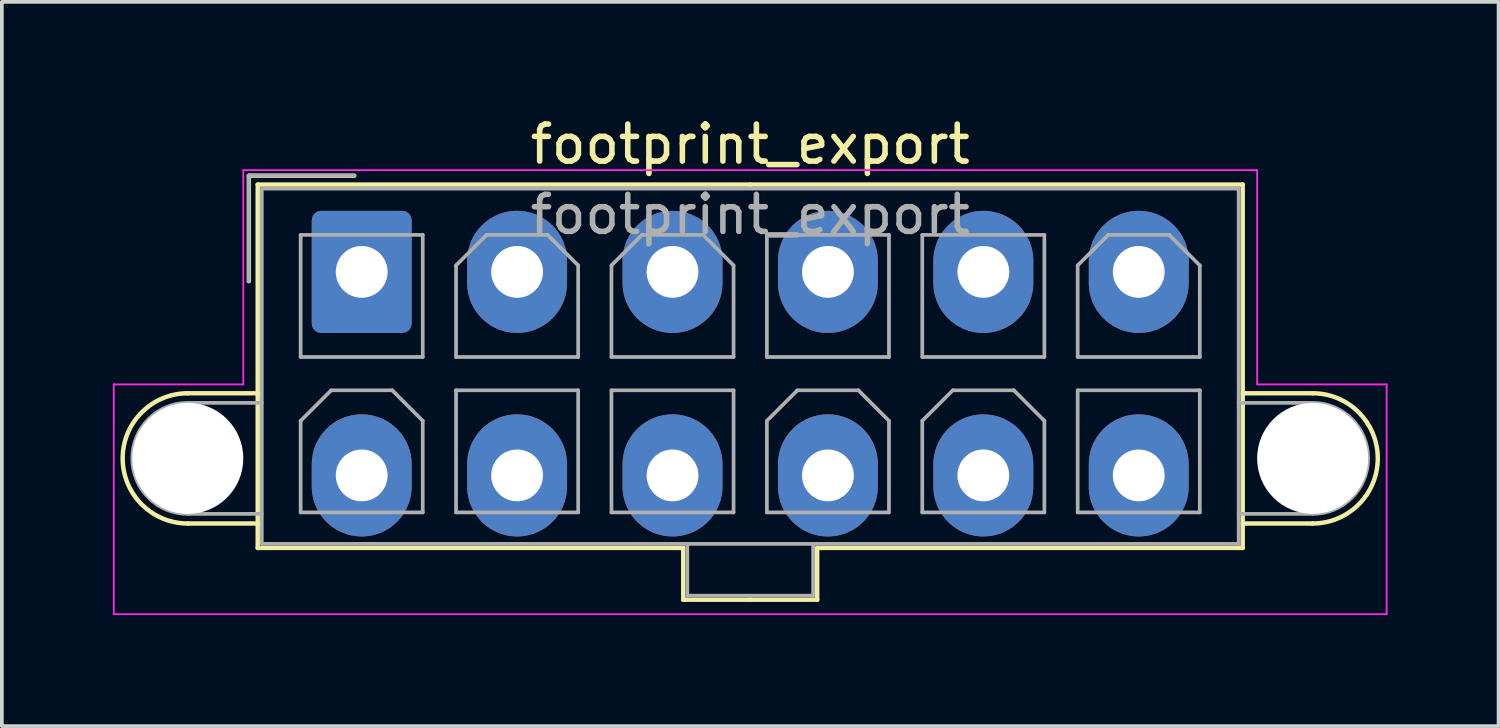
<source format=kicad_pcb>
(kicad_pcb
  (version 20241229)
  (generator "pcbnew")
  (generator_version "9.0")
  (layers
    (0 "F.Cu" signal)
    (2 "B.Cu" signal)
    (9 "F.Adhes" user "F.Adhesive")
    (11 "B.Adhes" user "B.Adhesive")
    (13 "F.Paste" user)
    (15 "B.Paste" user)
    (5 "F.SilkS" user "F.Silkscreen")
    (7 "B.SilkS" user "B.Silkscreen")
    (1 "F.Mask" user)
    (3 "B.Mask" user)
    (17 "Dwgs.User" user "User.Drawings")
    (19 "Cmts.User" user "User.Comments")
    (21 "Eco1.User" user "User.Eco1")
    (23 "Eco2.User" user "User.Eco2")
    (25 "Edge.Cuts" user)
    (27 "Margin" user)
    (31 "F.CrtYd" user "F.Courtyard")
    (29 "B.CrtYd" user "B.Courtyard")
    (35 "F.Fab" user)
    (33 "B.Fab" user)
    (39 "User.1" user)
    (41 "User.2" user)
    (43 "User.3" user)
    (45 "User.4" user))
  (footprint "footprint_export"
    (layer "F.Cu")
    (at 6.725 4.298)
    (property "Reference" "footprint_export" (at 10.5 -3.45 0) (layer "F.SilkS") (effects (font (size 1 1) (thickness 0.15))))
    (attr through_hole)
    (fp_line (start -4.7 3.28) (end -2.81 3.28) (stroke (width 0.12) (type solid)) (layer "F.SilkS"))
    (fp_line (start -4.7 6.8) (end -2.81 6.8) (stroke (width 0.12) (type solid)) (layer "F.SilkS"))
    (fp_line (start -3.05 -2.6) (end -3.05 0.25) (stroke (width 0.12) (type solid)) (layer "F.SilkS"))
    (fp_line (start -2.81 -2.36) (end -2.81 7.46) (stroke (width 0.12) (type solid)) (layer "F.SilkS"))
    (fp_line (start -2.81 7.46) (end 8.69 7.46) (stroke (width 0.12) (type solid)) (layer "F.SilkS"))
    (fp_line (start -0.2 -2.6) (end -3.05 -2.6) (stroke (width 0.12) (type solid)) (layer "F.SilkS"))
    (fp_line (start 8.69 7.46) (end 8.69 8.86) (stroke (width 0.12) (type solid)) (layer "F.SilkS"))
    (fp_line (start 8.69 8.86) (end 10.5 8.86) (stroke (width 0.12) (type solid)) (layer "F.SilkS"))
    (fp_line (start 10.5 -2.36) (end -2.81 -2.36) (stroke (width 0.12) (type solid)) (layer "F.SilkS"))
    (fp_line (start 10.5 -2.36) (end 23.81 -2.36) (stroke (width 0.12) (type solid)) (layer "F.SilkS"))
    (fp_line (start 12.31 7.46) (end 12.31 8.86) (stroke (width 0.12) (type solid)) (layer "F.SilkS"))
    (fp_line (start 12.31 8.86) (end 10.5 8.86) (stroke (width 0.12) (type solid)) (layer "F.SilkS"))
    (fp_line (start 23.81 -2.36) (end 23.81 7.46) (stroke (width 0.12) (type solid)) (layer "F.SilkS"))
    (fp_line (start 23.81 7.46) (end 12.31 7.46) (stroke (width 0.12) (type solid)) (layer "F.SilkS"))
    (fp_line (start 25.7 3.28) (end 23.81 3.28) (stroke (width 0.12) (type solid)) (layer "F.SilkS"))
    (fp_line (start 25.7 6.8) (end 23.81 6.8) (stroke (width 0.12) (type solid)) (layer "F.SilkS"))
    (fp_arc (start -4.7 6.8) (mid -6.46 5.04) (end -4.7 3.28) (stroke (width 0.12) (type solid)) (layer "F.SilkS"))
    (fp_arc (start 25.7 3.28) (mid 27.46 5.04) (end 25.7 6.8) (stroke (width 0.12) (type solid)) (layer "F.SilkS"))
    (fp_line (start -6.7 3.04) (end -6.7 9.25) (stroke (width 0.05) (type solid)) (layer "F.CrtYd"))
    (fp_line (start -6.7 9.25) (end 27.7 9.25) (stroke (width 0.05) (type solid)) (layer "F.CrtYd"))
    (fp_line (start -3.2 -2.75) (end -3.2 3.04) (stroke (width 0.05) (type solid)) (layer "F.CrtYd"))
    (fp_line (start -3.2 3.04) (end -6.7 3.04) (stroke (width 0.05) (type solid)) (layer "F.CrtYd"))
    (fp_line (start 24.2 -2.75) (end -3.2 -2.75) (stroke (width 0.05) (type solid)) (layer "F.CrtYd"))
    (fp_line (start 24.2 3.04) (end 24.2 -2.75) (stroke (width 0.05) (type solid)) (layer "F.CrtYd"))
    (fp_line (start 27.7 3.04) (end 24.2 3.04) (stroke (width 0.05) (type solid)) (layer "F.CrtYd"))
    (fp_line (start 27.7 9.25) (end 27.7 3.04) (stroke (width 0.05) (type solid)) (layer "F.CrtYd"))
    (fp_line (start -4.7 3.54) (end -2.7 3.54) (stroke (width 0.1) (type solid)) (layer "F.Fab"))
    (fp_line (start -4.7 6.54) (end -2.7 6.54) (stroke (width 0.1) (type solid)) (layer "F.Fab"))
    (fp_line (start -3.05 -2.6) (end -3.05 0.25) (stroke (width 0.1) (type solid)) (layer "F.Fab"))
    (fp_line (start -2.7 -2.25) (end -2.7 7.35) (stroke (width 0.1) (type solid)) (layer "F.Fab"))
    (fp_line (start -2.7 7.35) (end 23.7 7.35) (stroke (width 0.1) (type solid)) (layer "F.Fab"))
    (fp_line (start -1.65 -1) (end -1.65 2.3) (stroke (width 0.1) (type solid)) (layer "F.Fab"))
    (fp_line (start -1.65 2.3) (end 1.65 2.3) (stroke (width 0.1) (type solid)) (layer "F.Fab"))
    (fp_line (start -1.65 4.025) (end -0.825 3.2) (stroke (width 0.1) (type solid)) (layer "F.Fab"))
    (fp_line (start -1.65 6.5) (end -1.65 4.025) (stroke (width 0.1) (type solid)) (layer "F.Fab"))
    (fp_line (start -0.825 3.2) (end 0.825 3.2) (stroke (width 0.1) (type solid)) (layer "F.Fab"))
    (fp_line (start -0.2 -2.6) (end -3.05 -2.6) (stroke (width 0.1) (type solid)) (layer "F.Fab"))
    (fp_line (start 0.825 3.2) (end 1.65 4.025) (stroke (width 0.1) (type solid)) (layer "F.Fab"))
    (fp_line (start 1.65 -1) (end -1.65 -1) (stroke (width 0.1) (type solid)) (layer "F.Fab"))
    (fp_line (start 1.65 2.3) (end 1.65 -1) (stroke (width 0.1) (type solid)) (layer "F.Fab"))
    (fp_line (start 1.65 4.025) (end 1.65 6.5) (stroke (width 0.1) (type solid)) (layer "F.Fab"))
    (fp_line (start 1.65 6.5) (end -1.65 6.5) (stroke (width 0.1) (type solid)) (layer "F.Fab"))
    (fp_line (start 2.55 -0.175) (end 3.375 -1) (stroke (width 0.1) (type solid)) (layer "F.Fab"))
    (fp_line (start 2.55 2.3) (end 2.55 -0.175) (stroke (width 0.1) (type solid)) (layer "F.Fab"))
    (fp_line (start 2.55 3.2) (end 2.55 6.5) (stroke (width 0.1) (type solid)) (layer "F.Fab"))
    (fp_line (start 2.55 6.5) (end 5.85 6.5) (stroke (width 0.1) (type solid)) (layer "F.Fab"))
    (fp_line (start 3.375 -1) (end 5.025 -1) (stroke (width 0.1) (type solid)) (layer "F.Fab"))
    (fp_line (start 5.025 -1) (end 5.85 -0.175) (stroke (width 0.1) (type solid)) (layer "F.Fab"))
    (fp_line (start 5.85 -0.175) (end 5.85 2.3) (stroke (width 0.1) (type solid)) (layer "F.Fab"))
    (fp_line (start 5.85 2.3) (end 2.55 2.3) (stroke (width 0.1) (type solid)) (layer "F.Fab"))
    (fp_line (start 5.85 3.2) (end 2.55 3.2) (stroke (width 0.1) (type solid)) (layer "F.Fab"))
    (fp_line (start 5.85 6.5) (end 5.85 3.2) (stroke (width 0.1) (type solid)) (layer "F.Fab"))
    (fp_line (start 6.75 -0.175) (end 7.575 -1) (stroke (width 0.1) (type solid)) (layer "F.Fab"))
    (fp_line (start 6.75 2.3) (end 6.75 -0.175) (stroke (width 0.1) (type solid)) (layer "F.Fab"))
    (fp_line (start 6.75 3.2) (end 6.75 6.5) (stroke (width 0.1) (type solid)) (layer "F.Fab"))
    (fp_line (start 6.75 6.5) (end 10.05 6.5) (stroke (width 0.1) (type solid)) (layer "F.Fab"))
    (fp_line (start 7.575 -1) (end 9.225 -1) (stroke (width 0.1) (type solid)) (layer "F.Fab"))
    (fp_line (start 8.8 7.35) (end 8.8 8.75) (stroke (width 0.1) (type solid)) (layer "F.Fab"))
    (fp_line (start 8.8 8.75) (end 12.2 8.75) (stroke (width 0.1) (type solid)) (layer "F.Fab"))
    (fp_line (start 9.225 -1) (end 10.05 -0.175) (stroke (width 0.1) (type solid)) (layer "F.Fab"))
    (fp_line (start 10.05 -0.175) (end 10.05 2.3) (stroke (width 0.1) (type solid)) (layer "F.Fab"))
    (fp_line (start 10.05 2.3) (end 6.75 2.3) (stroke (width 0.1) (type solid)) (layer "F.Fab"))
    (fp_line (start 10.05 3.2) (end 6.75 3.2) (stroke (width 0.1) (type solid)) (layer "F.Fab"))
    (fp_line (start 10.05 6.5) (end 10.05 3.2) (stroke (width 0.1) (type solid)) (layer "F.Fab"))
    (fp_line (start 10.95 -1) (end 10.95 2.3) (stroke (width 0.1) (type solid)) (layer "F.Fab"))
    (fp_line (start 10.95 2.3) (end 14.25 2.3) (stroke (width 0.1) (type solid)) (layer "F.Fab"))
    (fp_line (start 10.95 4.025) (end 11.775 3.2) (stroke (width 0.1) (type solid)) (layer "F.Fab"))
    (fp_line (start 10.95 6.5) (end 10.95 4.025) (stroke (width 0.1) (type solid)) (layer "F.Fab"))
    (fp_line (start 11.775 3.2) (end 13.425 3.2) (stroke (width 0.1) (type solid)) (layer "F.Fab"))
    (fp_line (start 12.2 8.75) (end 12.2 7.35) (stroke (width 0.1) (type solid)) (layer "F.Fab"))
    (fp_line (start 13.425 3.2) (end 14.25 4.025) (stroke (width 0.1) (type solid)) (layer "F.Fab"))
    (fp_line (start 14.25 -1) (end 10.95 -1) (stroke (width 0.1) (type solid)) (layer "F.Fab"))
    (fp_line (start 14.25 2.3) (end 14.25 -1) (stroke (width 0.1) (type solid)) (layer "F.Fab"))
    (fp_line (start 14.25 4.025) (end 14.25 6.5) (stroke (width 0.1) (type solid)) (layer "F.Fab"))
    (fp_line (start 14.25 6.5) (end 10.95 6.5) (stroke (width 0.1) (type solid)) (layer "F.Fab"))
    (fp_line (start 15.15 -1) (end 15.15 2.3) (stroke (width 0.1) (type solid)) (layer "F.Fab"))
    (fp_line (start 15.15 2.3) (end 18.45 2.3) (stroke (width 0.1) (type solid)) (layer "F.Fab"))
    (fp_line (start 15.15 4.025) (end 15.975 3.2) (stroke (width 0.1) (type solid)) (layer "F.Fab"))
    (fp_line (start 15.15 6.5) (end 15.15 4.025) (stroke (width 0.1) (type solid)) (layer "F.Fab"))
    (fp_line (start 15.975 3.2) (end 17.625 3.2) (stroke (width 0.1) (type solid)) (layer "F.Fab"))
    (fp_line (start 17.625 3.2) (end 18.45 4.025) (stroke (width 0.1) (type solid)) (layer "F.Fab"))
    (fp_line (start 18.45 -1) (end 15.15 -1) (stroke (width 0.1) (type solid)) (layer "F.Fab"))
    (fp_line (start 18.45 2.3) (end 18.45 -1) (stroke (width 0.1) (type solid)) (layer "F.Fab"))
    (fp_line (start 18.45 4.025) (end 18.45 6.5) (stroke (width 0.1) (type solid)) (layer "F.Fab"))
    (fp_line (start 18.45 6.5) (end 15.15 6.5) (stroke (width 0.1) (type solid)) (layer "F.Fab"))
    (fp_line (start 19.35 -0.175) (end 20.175 -1) (stroke (width 0.1) (type solid)) (layer "F.Fab"))
    (fp_line (start 19.35 2.3) (end 19.35 -0.175) (stroke (width 0.1) (type solid)) (layer "F.Fab"))
    (fp_line (start 19.35 3.2) (end 19.35 6.5) (stroke (width 0.1) (type solid)) (layer "F.Fab"))
    (fp_line (start 19.35 6.5) (end 22.65 6.5) (stroke (width 0.1) (type solid)) (layer "F.Fab"))
    (fp_line (start 20.175 -1) (end 21.825 -1) (stroke (width 0.1) (type solid)) (layer "F.Fab"))
    (fp_line (start 21.825 -1) (end 22.65 -0.175) (stroke (width 0.1) (type solid)) (layer "F.Fab"))
    (fp_line (start 22.65 -0.175) (end 22.65 2.3) (stroke (width 0.1) (type solid)) (layer "F.Fab"))
    (fp_line (start 22.65 2.3) (end 19.35 2.3) (stroke (width 0.1) (type solid)) (layer "F.Fab"))
    (fp_line (start 22.65 3.2) (end 19.35 3.2) (stroke (width 0.1) (type solid)) (layer "F.Fab"))
    (fp_line (start 22.65 6.5) (end 22.65 3.2) (stroke (width 0.1) (type solid)) (layer "F.Fab"))
    (fp_line (start 23.7 -2.25) (end -2.7 -2.25) (stroke (width 0.1) (type solid)) (layer "F.Fab"))
    (fp_line (start 23.7 7.35) (end 23.7 -2.25) (stroke (width 0.1) (type solid)) (layer "F.Fab"))
    (fp_line (start 25.7 3.54) (end 23.7 3.54) (stroke (width 0.1) (type solid)) (layer "F.Fab"))
    (fp_line (start 25.7 6.54) (end 23.7 6.54) (stroke (width 0.1) (type solid)) (layer "F.Fab"))
    (fp_arc (start -4.7 6.54) (mid -6.2 5.04) (end -4.7 3.54) (stroke (width 0.1) (type solid)) (layer "F.Fab"))
    (fp_arc (start 25.7 3.54) (mid 27.2 5.04) (end 25.7 6.54) (stroke (width 0.1) (type solid)) (layer "F.Fab"))
    (fp_text user "${REFERENCE}" (at 10.5 -1.55 0) (layer "F.Fab") (effects (font (size 1 1) (thickness 0.15))))
    (pad "" np_thru_hole circle (at -4.7 5.04) (size 3 3) (drill 3) (layers "*.Cu" "*.Mask"))
    (pad "" np_thru_hole circle (at 25.7 5.04) (size 3 3) (drill 3) (layers "*.Cu" "*.Mask"))
    (pad "1" thru_hole roundrect (at 0 0) (size 2.7 3.3) (drill 1.4) (layers "*.Cu" "*.Mask") (roundrect_rratio 0.093))
    (pad "2" thru_hole oval (at 4.2 0) (size 2.7 3.3) (drill 1.4) (layers "*.Cu" "*.Mask"))
    (pad "3" thru_hole oval (at 8.4 0) (size 2.7 3.3) (drill 1.4) (layers "*.Cu" "*.Mask"))
    (pad "4" thru_hole oval (at 12.6 0) (size 2.7 3.3) (drill 1.4) (layers "*.Cu" "*.Mask"))
    (pad "5" thru_hole oval (at 16.8 0) (size 2.7 3.3) (drill 1.4) (layers "*.Cu" "*.Mask"))
    (pad "6" thru_hole oval (at 21 0) (size 2.7 3.3) (drill 1.4) (layers "*.Cu" "*.Mask"))
    (pad "7" thru_hole oval (at 0 5.5) (size 2.7 3.3) (drill 1.4) (layers "*.Cu" "*.Mask"))
    (pad "8" thru_hole oval (at 4.2 5.5) (size 2.7 3.3) (drill 1.4) (layers "*.Cu" "*.Mask"))
    (pad "9" thru_hole oval (at 8.4 5.5) (size 2.7 3.3) (drill 1.4) (layers "*.Cu" "*.Mask"))
    (pad "10" thru_hole oval (at 12.6 5.5) (size 2.7 3.3) (drill 1.4) (layers "*.Cu" "*.Mask"))
    (pad "11" thru_hole oval (at 16.8 5.5) (size 2.7 3.3) (drill 1.4) (layers "*.Cu" "*.Mask"))
    (pad "12" thru_hole oval (at 21 5.5) (size 2.7 3.3) (drill 1.4) (layers "*.Cu" "*.Mask")))
  (gr_rect
    (start -3 -3)
    (end 37.45 16.573)
    (stroke (width 0.1) (type default))
    (fill no)
    (layer "Edge.Cuts")))
</source>
